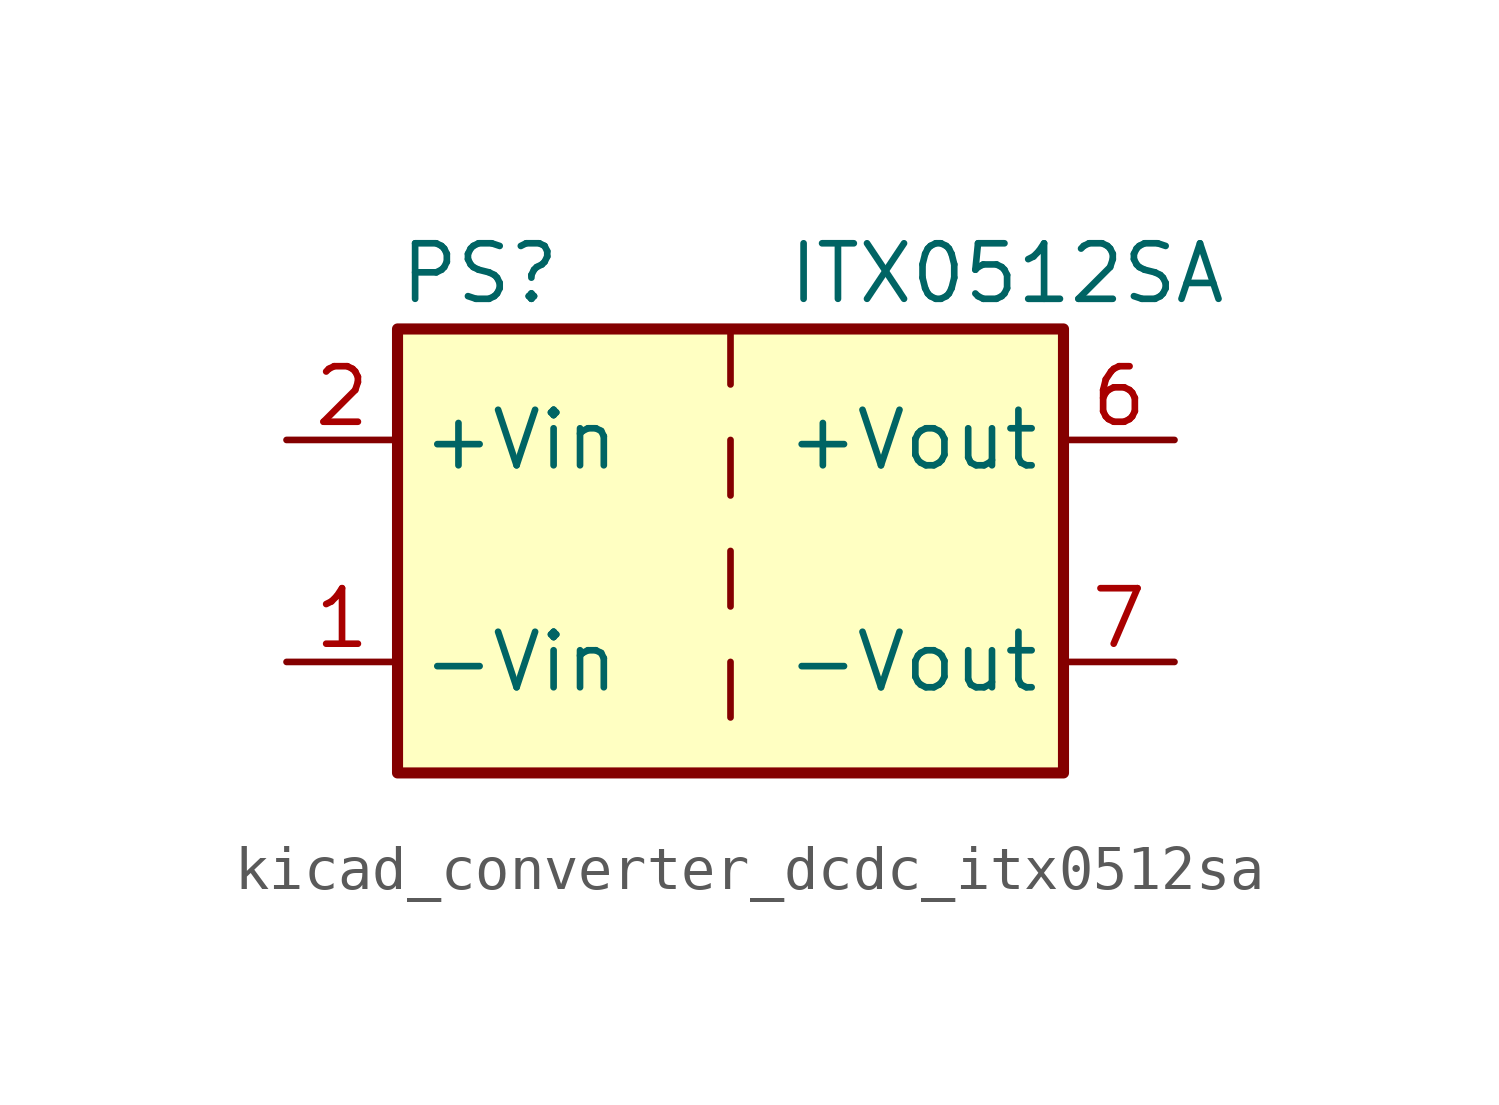
<source format=kicad_sym>
(kicad_symbol_lib
  (version 20220914)
  (generator kicad_symbol_editor)
  (symbol "kicad_converter_dcdc_itx0512sa"
    (property "Reference" "PS"
      (at -7.62 6.35 0)
      (effects (font (size 1.27 1.27)) (justify left)))
    (property "Value" "ITX0512SA"
      (at 1.27 6.35 0)
      (effects (font (size 1.27 1.27)) (justify left)))
    (symbol "kicad_converter_dcdc_itx0512sa_0_0"
      (pin power_in line (at -10.16 -2.54 0) (length 2.54) (name "-Vin" (effects (font (size 1.27 1.27)))) (number "1" (effects (font (size 1.27 1.27)))))
      (pin power_in line (at -10.16 2.54 0) (length 2.54) (name "+Vin" (effects (font (size 1.27 1.27)))) (number "2" (effects (font (size 1.27 1.27)))))
      (pin power_out line (at 10.16 2.54 180) (length 2.54) (name "+Vout" (effects (font (size 1.27 1.27)))) (number "6" (effects (font (size 1.27 1.27)))))
      (pin power_out line (at 10.16 -2.54 180) (length 2.54) (name "-Vout" (effects (font (size 1.27 1.27)))) (number "7" (effects (font (size 1.27 1.27)))))
      (pin no_connect line (at 7.62 0 180) (length 2.54) hide (name "NC" (effects (font (size 1.27 1.27)))) (number "8" (effects (font (size 1.27 1.27))))))
    (symbol "kicad_converter_dcdc_itx0512sa_0_1"
      (rectangle (start -7.62 5.08) (end 7.62 -5.08) (stroke (width 0.254) (type default)) (fill (type background)))
      (polyline (pts (xy 0 -2.54) (xy 0 -3.81)) (stroke (width 0) (type default)) (fill (type none)))
      (polyline (pts (xy 0 0) (xy 0 -1.27)) (stroke (width 0) (type default)) (fill (type none)))
      (polyline (pts (xy 0 2.54) (xy 0 1.27)) (stroke (width 0) (type default)) (fill (type none)))
      (polyline (pts (xy 0 5.08) (xy 0 3.81)) (stroke (width 0) (type default)) (fill (type none))))))
</source>
